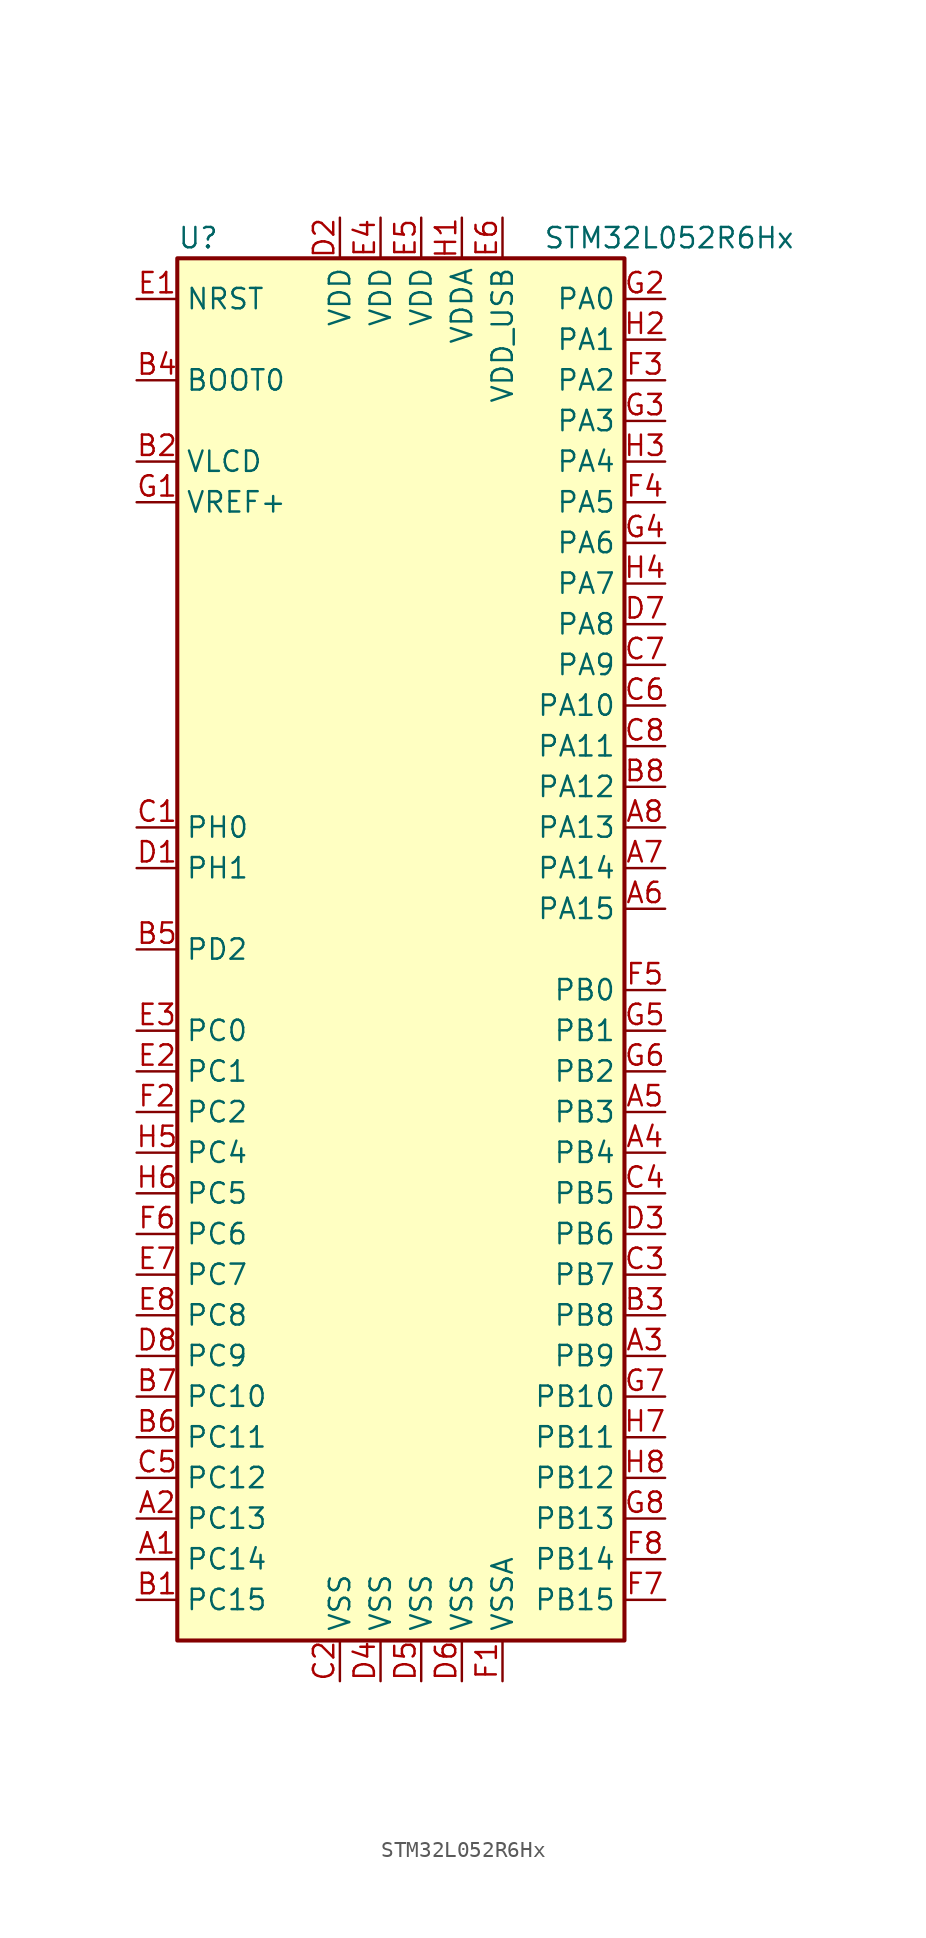
<source format=kicad_sym>
(kicad_symbol_lib
  (version 20201005)
  (generator kicad_symbol_editor)
  (symbol "MCU_ST_STM32L0:STM32L052R6Hx"
    (property "Reference" "U"
      (at -15.24 44.45 0)
      (effects (font (size 1.27 1.27)) (justify left)))
    (property "Value" "STM32L052R6Hx"
      (at 7.62 44.45 0)
      (effects (font (size 1.27 1.27)) (justify left)))
    (symbol "STM32L052R6Hx_0_1"
      (rectangle (start -15.24 -43.18) (end 12.7 43.18) (stroke (width 0.254)) (fill (type background))))
    (symbol "STM32L052R6Hx_1_1"
      (pin input line (at -17.78 35.56 0) (length 2.54) (name "BOOT0" (effects (font (size 1.27 1.27)))) (number "B4" (effects (font (size 1.27 1.27)))))
      (pin input line (at -17.78 40.64 0) (length 2.54) (name "NRST" (effects (font (size 1.27 1.27)))) (number "E1" (effects (font (size 1.27 1.27)))))
      (pin bidirectional line (at 15.24 40.64 180) (length 2.54) (name "PA0" (effects (font (size 1.27 1.27)))) (number "G2" (effects (font (size 1.27 1.27)))))
      (pin bidirectional line (at 15.24 38.1 180) (length 2.54) (name "PA1" (effects (font (size 1.27 1.27)))) (number "H2" (effects (font (size 1.27 1.27)))))
      (pin bidirectional line (at 15.24 15.24 180) (length 2.54) (name "PA10" (effects (font (size 1.27 1.27)))) (number "C6" (effects (font (size 1.27 1.27)))))
      (pin bidirectional line (at 15.24 12.7 180) (length 2.54) (name "PA11" (effects (font (size 1.27 1.27)))) (number "C8" (effects (font (size 1.27 1.27)))))
      (pin bidirectional line (at 15.24 10.16 180) (length 2.54) (name "PA12" (effects (font (size 1.27 1.27)))) (number "B8" (effects (font (size 1.27 1.27)))))
      (pin bidirectional line (at 15.24 7.62 180) (length 2.54) (name "PA13" (effects (font (size 1.27 1.27)))) (number "A8" (effects (font (size 1.27 1.27)))))
      (pin bidirectional line (at 15.24 5.08 180) (length 2.54) (name "PA14" (effects (font (size 1.27 1.27)))) (number "A7" (effects (font (size 1.27 1.27)))))
      (pin bidirectional line (at 15.24 2.54 180) (length 2.54) (name "PA15" (effects (font (size 1.27 1.27)))) (number "A6" (effects (font (size 1.27 1.27)))))
      (pin bidirectional line (at 15.24 35.56 180) (length 2.54) (name "PA2" (effects (font (size 1.27 1.27)))) (number "F3" (effects (font (size 1.27 1.27)))))
      (pin bidirectional line (at 15.24 33.02 180) (length 2.54) (name "PA3" (effects (font (size 1.27 1.27)))) (number "G3" (effects (font (size 1.27 1.27)))))
      (pin bidirectional line (at 15.24 30.48 180) (length 2.54) (name "PA4" (effects (font (size 1.27 1.27)))) (number "H3" (effects (font (size 1.27 1.27)))))
      (pin bidirectional line (at 15.24 27.94 180) (length 2.54) (name "PA5" (effects (font (size 1.27 1.27)))) (number "F4" (effects (font (size 1.27 1.27)))))
      (pin bidirectional line (at 15.24 25.4 180) (length 2.54) (name "PA6" (effects (font (size 1.27 1.27)))) (number "G4" (effects (font (size 1.27 1.27)))))
      (pin bidirectional line (at 15.24 22.86 180) (length 2.54) (name "PA7" (effects (font (size 1.27 1.27)))) (number "H4" (effects (font (size 1.27 1.27)))))
      (pin bidirectional line (at 15.24 20.32 180) (length 2.54) (name "PA8" (effects (font (size 1.27 1.27)))) (number "D7" (effects (font (size 1.27 1.27)))))
      (pin bidirectional line (at 15.24 17.78 180) (length 2.54) (name "PA9" (effects (font (size 1.27 1.27)))) (number "C7" (effects (font (size 1.27 1.27)))))
      (pin bidirectional line (at 15.24 -2.54 180) (length 2.54) (name "PB0" (effects (font (size 1.27 1.27)))) (number "F5" (effects (font (size 1.27 1.27)))))
      (pin bidirectional line (at 15.24 -5.08 180) (length 2.54) (name "PB1" (effects (font (size 1.27 1.27)))) (number "G5" (effects (font (size 1.27 1.27)))))
      (pin bidirectional line (at 15.24 -27.94 180) (length 2.54) (name "PB10" (effects (font (size 1.27 1.27)))) (number "G7" (effects (font (size 1.27 1.27)))))
      (pin bidirectional line (at 15.24 -30.48 180) (length 2.54) (name "PB11" (effects (font (size 1.27 1.27)))) (number "H7" (effects (font (size 1.27 1.27)))))
      (pin bidirectional line (at 15.24 -33.02 180) (length 2.54) (name "PB12" (effects (font (size 1.27 1.27)))) (number "H8" (effects (font (size 1.27 1.27)))))
      (pin bidirectional line (at 15.24 -35.56 180) (length 2.54) (name "PB13" (effects (font (size 1.27 1.27)))) (number "G8" (effects (font (size 1.27 1.27)))))
      (pin bidirectional line (at 15.24 -38.1 180) (length 2.54) (name "PB14" (effects (font (size 1.27 1.27)))) (number "F8" (effects (font (size 1.27 1.27)))))
      (pin bidirectional line (at 15.24 -40.64 180) (length 2.54) (name "PB15" (effects (font (size 1.27 1.27)))) (number "F7" (effects (font (size 1.27 1.27)))))
      (pin bidirectional line (at 15.24 -7.62 180) (length 2.54) (name "PB2" (effects (font (size 1.27 1.27)))) (number "G6" (effects (font (size 1.27 1.27)))))
      (pin bidirectional line (at 15.24 -10.16 180) (length 2.54) (name "PB3" (effects (font (size 1.27 1.27)))) (number "A5" (effects (font (size 1.27 1.27)))))
      (pin bidirectional line (at 15.24 -12.7 180) (length 2.54) (name "PB4" (effects (font (size 1.27 1.27)))) (number "A4" (effects (font (size 1.27 1.27)))))
      (pin bidirectional line (at 15.24 -15.24 180) (length 2.54) (name "PB5" (effects (font (size 1.27 1.27)))) (number "C4" (effects (font (size 1.27 1.27)))))
      (pin bidirectional line (at 15.24 -17.78 180) (length 2.54) (name "PB6" (effects (font (size 1.27 1.27)))) (number "D3" (effects (font (size 1.27 1.27)))))
      (pin bidirectional line (at 15.24 -20.32 180) (length 2.54) (name "PB7" (effects (font (size 1.27 1.27)))) (number "C3" (effects (font (size 1.27 1.27)))))
      (pin bidirectional line (at 15.24 -22.86 180) (length 2.54) (name "PB8" (effects (font (size 1.27 1.27)))) (number "B3" (effects (font (size 1.27 1.27)))))
      (pin bidirectional line (at 15.24 -25.4 180) (length 2.54) (name "PB9" (effects (font (size 1.27 1.27)))) (number "A3" (effects (font (size 1.27 1.27)))))
      (pin bidirectional line (at -17.78 -5.08 0) (length 2.54) (name "PC0" (effects (font (size 1.27 1.27)))) (number "E3" (effects (font (size 1.27 1.27)))))
      (pin bidirectional line (at -17.78 -7.62 0) (length 2.54) (name "PC1" (effects (font (size 1.27 1.27)))) (number "E2" (effects (font (size 1.27 1.27)))))
      (pin bidirectional line (at -17.78 -27.94 0) (length 2.54) (name "PC10" (effects (font (size 1.27 1.27)))) (number "B7" (effects (font (size 1.27 1.27)))))
      (pin bidirectional line (at -17.78 -30.48 0) (length 2.54) (name "PC11" (effects (font (size 1.27 1.27)))) (number "B6" (effects (font (size 1.27 1.27)))))
      (pin bidirectional line (at -17.78 -33.02 0) (length 2.54) (name "PC12" (effects (font (size 1.27 1.27)))) (number "C5" (effects (font (size 1.27 1.27)))))
      (pin bidirectional line (at -17.78 -35.56 0) (length 2.54) (name "PC13" (effects (font (size 1.27 1.27)))) (number "A2" (effects (font (size 1.27 1.27)))))
      (pin bidirectional line (at -17.78 -38.1 0) (length 2.54) (name "PC14" (effects (font (size 1.27 1.27)))) (number "A1" (effects (font (size 1.27 1.27)))))
      (pin bidirectional line (at -17.78 -40.64 0) (length 2.54) (name "PC15" (effects (font (size 1.27 1.27)))) (number "B1" (effects (font (size 1.27 1.27)))))
      (pin bidirectional line (at -17.78 -10.16 0) (length 2.54) (name "PC2" (effects (font (size 1.27 1.27)))) (number "F2" (effects (font (size 1.27 1.27)))))
      (pin bidirectional line (at -17.78 -12.7 0) (length 2.54) (name "PC4" (effects (font (size 1.27 1.27)))) (number "H5" (effects (font (size 1.27 1.27)))))
      (pin bidirectional line (at -17.78 -15.24 0) (length 2.54) (name "PC5" (effects (font (size 1.27 1.27)))) (number "H6" (effects (font (size 1.27 1.27)))))
      (pin bidirectional line (at -17.78 -17.78 0) (length 2.54) (name "PC6" (effects (font (size 1.27 1.27)))) (number "F6" (effects (font (size 1.27 1.27)))))
      (pin bidirectional line (at -17.78 -20.32 0) (length 2.54) (name "PC7" (effects (font (size 1.27 1.27)))) (number "E7" (effects (font (size 1.27 1.27)))))
      (pin bidirectional line (at -17.78 -22.86 0) (length 2.54) (name "PC8" (effects (font (size 1.27 1.27)))) (number "E8" (effects (font (size 1.27 1.27)))))
      (pin bidirectional line (at -17.78 -25.4 0) (length 2.54) (name "PC9" (effects (font (size 1.27 1.27)))) (number "D8" (effects (font (size 1.27 1.27)))))
      (pin bidirectional line (at -17.78 0 0) (length 2.54) (name "PD2" (effects (font (size 1.27 1.27)))) (number "B5" (effects (font (size 1.27 1.27)))))
      (pin input line (at -17.78 7.62 0) (length 2.54) (name "PH0" (effects (font (size 1.27 1.27)))) (number "C1" (effects (font (size 1.27 1.27)))))
      (pin input line (at -17.78 5.08 0) (length 2.54) (name "PH1" (effects (font (size 1.27 1.27)))) (number "D1" (effects (font (size 1.27 1.27)))))
      (pin power_in line (at -5.08 45.72 270) (length 2.54) (name "VDD" (effects (font (size 1.27 1.27)))) (number "D2" (effects (font (size 1.27 1.27)))))
      (pin power_in line (at -2.54 45.72 270) (length 2.54) (name "VDD" (effects (font (size 1.27 1.27)))) (number "E4" (effects (font (size 1.27 1.27)))))
      (pin power_in line (at 0 45.72 270) (length 2.54) (name "VDD" (effects (font (size 1.27 1.27)))) (number "E5" (effects (font (size 1.27 1.27)))))
      (pin power_in line (at 2.54 45.72 270) (length 2.54) (name "VDDA" (effects (font (size 1.27 1.27)))) (number "H1" (effects (font (size 1.27 1.27)))))
      (pin power_in line (at 5.08 45.72 270) (length 2.54) (name "VDD_USB" (effects (font (size 1.27 1.27)))) (number "E6" (effects (font (size 1.27 1.27)))))
      (pin power_in line (at -17.78 30.48 0) (length 2.54) (name "VLCD" (effects (font (size 1.27 1.27)))) (number "B2" (effects (font (size 1.27 1.27)))))
      (pin power_in line (at -17.78 27.94 0) (length 2.54) (name "VREF+" (effects (font (size 1.27 1.27)))) (number "G1" (effects (font (size 1.27 1.27)))))
      (pin power_in line (at -5.08 -45.72 90) (length 2.54) (name "VSS" (effects (font (size 1.27 1.27)))) (number "C2" (effects (font (size 1.27 1.27)))))
      (pin power_in line (at -2.54 -45.72 90) (length 2.54) (name "VSS" (effects (font (size 1.27 1.27)))) (number "D4" (effects (font (size 1.27 1.27)))))
      (pin power_in line (at 0 -45.72 90) (length 2.54) (name "VSS" (effects (font (size 1.27 1.27)))) (number "D5" (effects (font (size 1.27 1.27)))))
      (pin power_in line (at 2.54 -45.72 90) (length 2.54) (name "VSS" (effects (font (size 1.27 1.27)))) (number "D6" (effects (font (size 1.27 1.27)))))
      (pin power_in line (at 5.08 -45.72 90) (length 2.54) (name "VSSA" (effects (font (size 1.27 1.27)))) (number "F1" (effects (font (size 1.27 1.27))))))))
</source>
